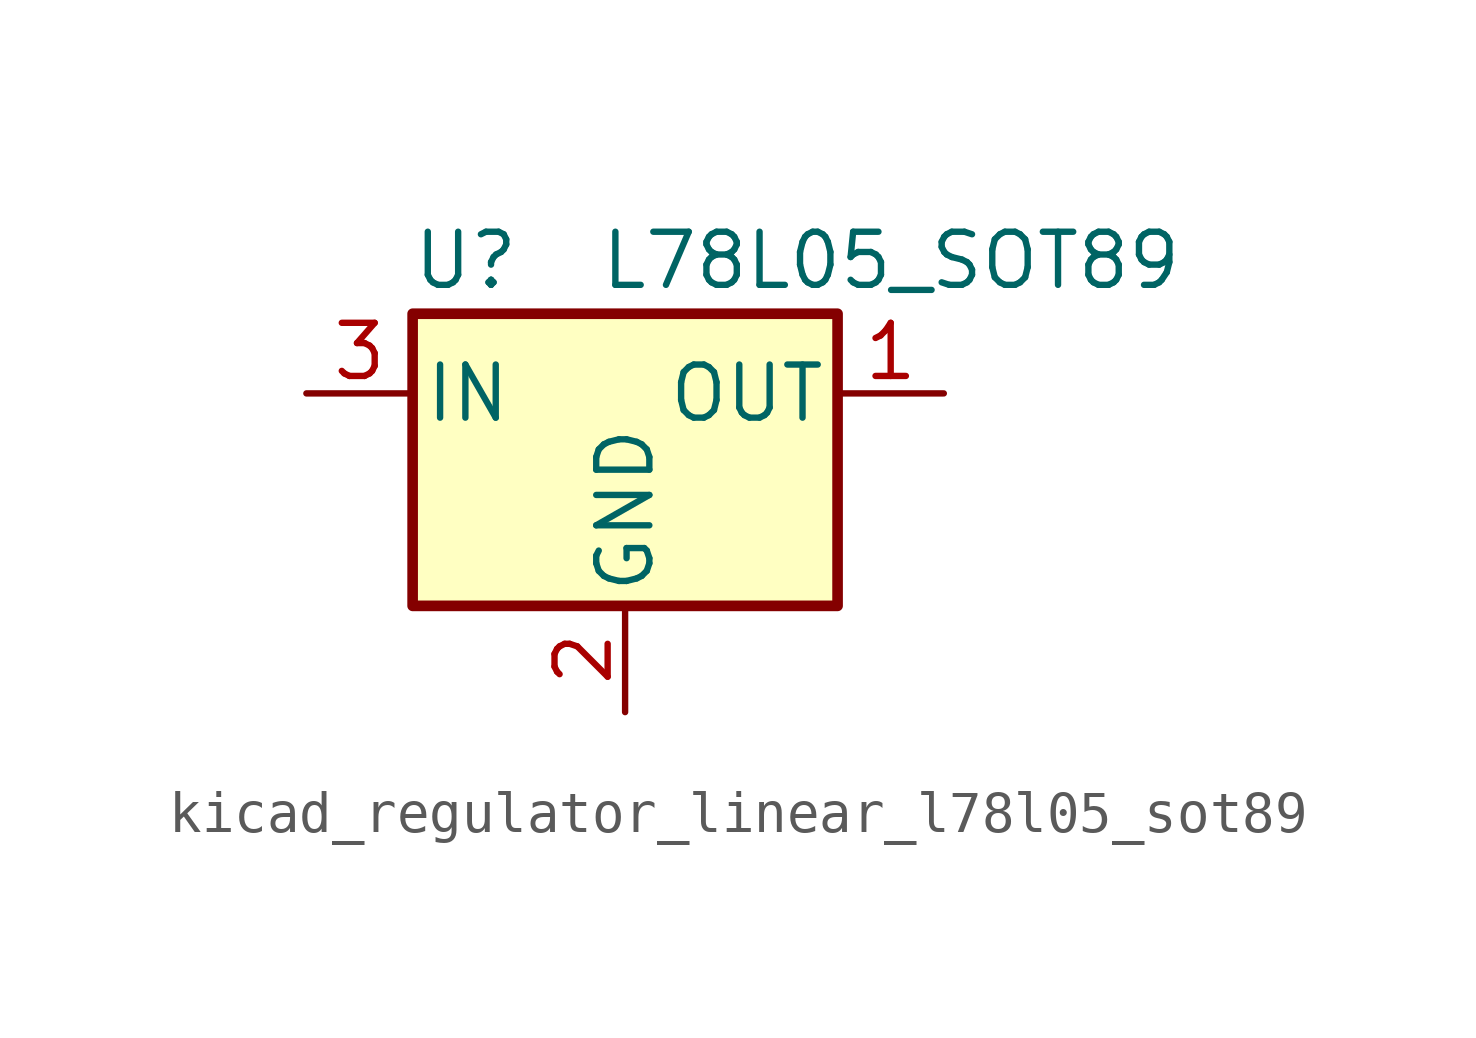
<source format=kicad_sym>
(kicad_symbol_lib
  (version 20220914)
  (generator kicad_symbol_editor)
  (symbol "kicad_regulator_linear_l78l05_sot89"
    (pin_names
      (offset 0.254))
    (property "Reference" "U"
      (at -3.81 3.175 0)
      (effects (font (size 1.27 1.27))))
    (property "Value" "L78L05_SOT89"
      (at -0.635 3.175 0)
      (effects (font (size 1.27 1.27)) (justify left)))
    (symbol "kicad_regulator_linear_l78l05_sot89_0_1"
      (rectangle (start -5.08 1.905) (end 5.08 -5.08) (stroke (width 0.254) (type default)) (fill (type background))))
    (symbol "kicad_regulator_linear_l78l05_sot89_1_1"
      (pin power_out line (at 7.62 0 180) (length 2.54) (name "OUT" (effects (font (size 1.27 1.27)))) (number "1" (effects (font (size 1.27 1.27)))))
      (pin power_in line (at 0 -7.62 90) (length 2.54) (name "GND" (effects (font (size 1.27 1.27)))) (number "2" (effects (font (size 1.27 1.27)))))
      (pin power_in line (at -7.62 0 0) (length 2.54) (name "IN" (effects (font (size 1.27 1.27)))) (number "3" (effects (font (size 1.27 1.27))))))))
</source>
